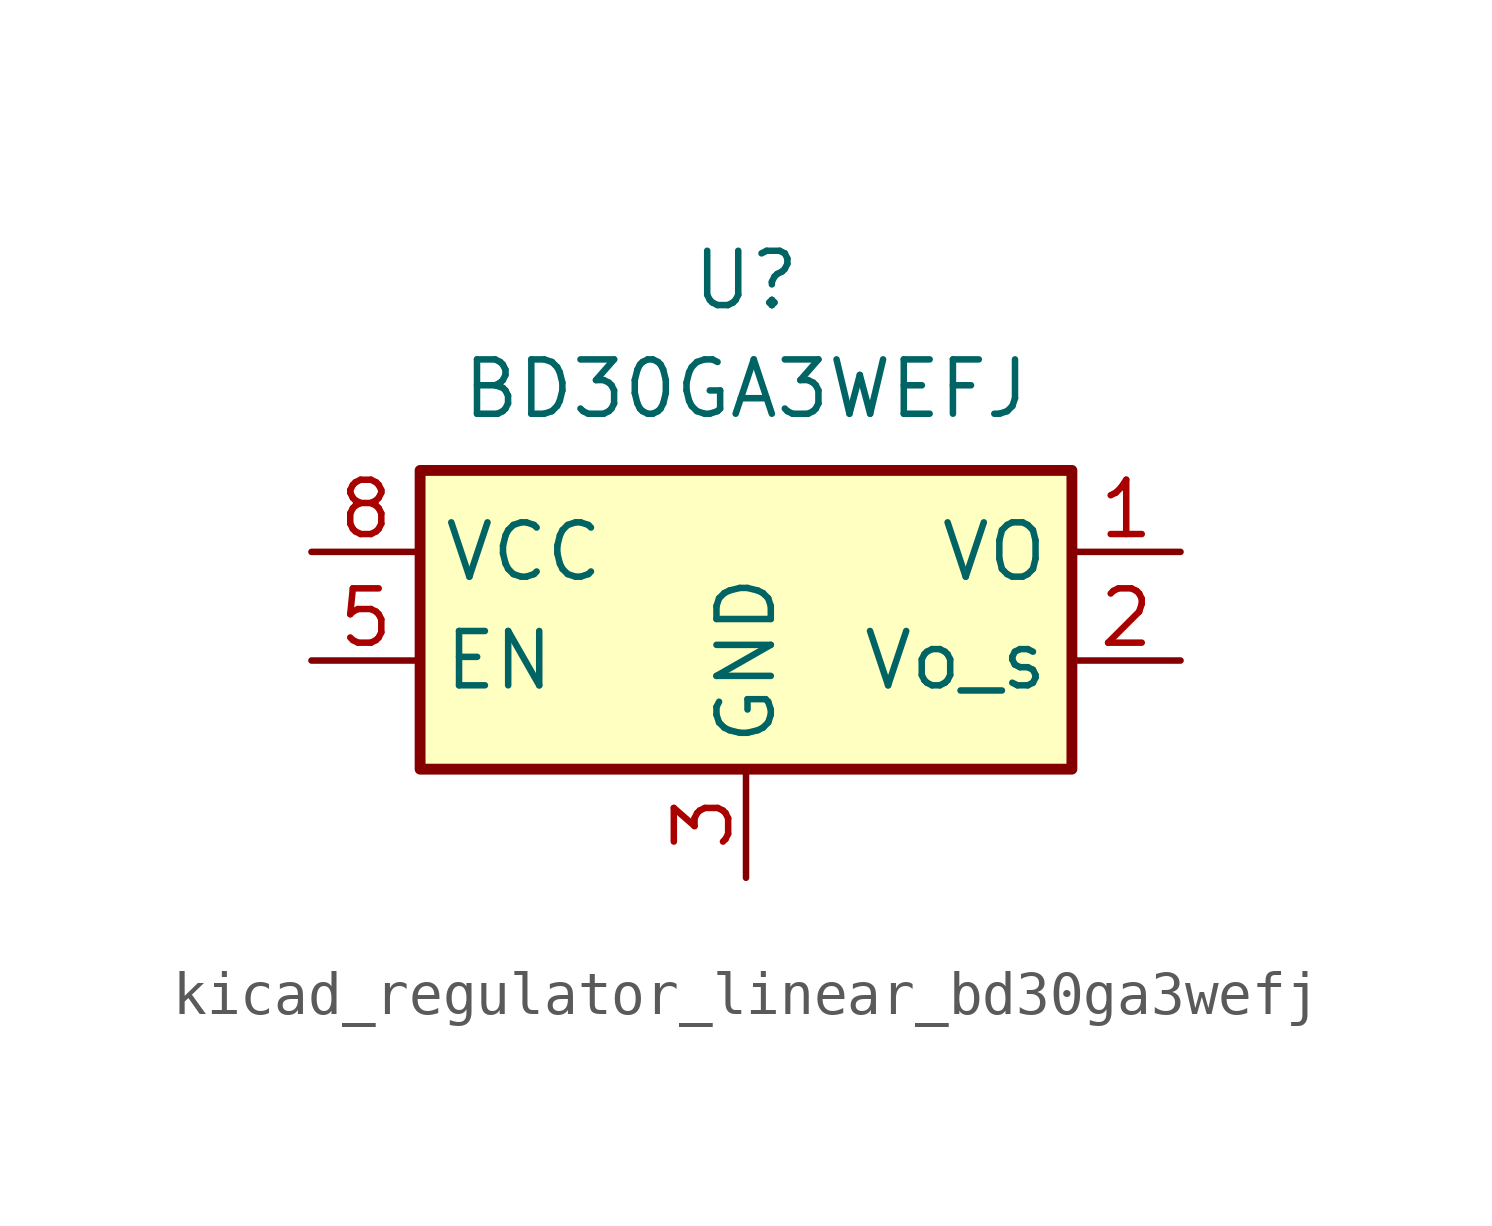
<source format=kicad_sym>
(kicad_symbol_lib
  (version 20220914)
  (generator kicad_symbol_editor)
  (symbol "kicad_regulator_linear_bd30ga3wefj"
    (property "Reference" "U"
      (at 0 6.35 0)
      (effects (font (size 1.27 1.27))))
    (property "Value" "BD30GA3WEFJ"
      (at 0 3.81 0)
      (effects (font (size 1.27 1.27))))
    (symbol "kicad_regulator_linear_bd30ga3wefj_1_1"
      (rectangle (start -7.62 -5.08) (end 7.62 1.905) (stroke (width 0.254) (type default)) (fill (type background)))
      (pin power_out line (at 10.16 0 180) (length 2.54) (name "VO" (effects (font (size 1.27 1.27)))) (number "1" (effects (font (size 1.27 1.27)))))
      (pin input line (at 10.16 -2.54 180) (length 2.54) (name "Vo_s" (effects (font (size 1.27 1.27)))) (number "2" (effects (font (size 1.27 1.27)))))
      (pin power_in line (at 0 -7.62 90) (length 2.54) (name "GND" (effects (font (size 1.27 1.27)))) (number "3" (effects (font (size 1.27 1.27)))))
      (pin passive line (at 0 -7.62 90) (length 2.54) hide (name "GND" (effects (font (size 1.27 1.27)))) (number "4" (effects (font (size 1.27 1.27)))))
      (pin input line (at -10.16 -2.54 0) (length 2.54) (name "EN" (effects (font (size 1.27 1.27)))) (number "5" (effects (font (size 1.27 1.27)))))
      (pin passive line (at 0 -7.62 90) (length 2.54) hide (name "GND" (effects (font (size 1.27 1.27)))) (number "6" (effects (font (size 1.27 1.27)))))
      (pin passive line (at 0 -7.62 90) (length 2.54) hide (name "GND" (effects (font (size 1.27 1.27)))) (number "7" (effects (font (size 1.27 1.27)))))
      (pin power_in line (at -10.16 0 0) (length 2.54) (name "VCC" (effects (font (size 1.27 1.27)))) (number "8" (effects (font (size 1.27 1.27)))))
      (pin passive line (at 0 -7.62 90) (length 2.54) hide (name "GND" (effects (font (size 1.27 1.27)))) (number "9" (effects (font (size 1.27 1.27))))))))
</source>
